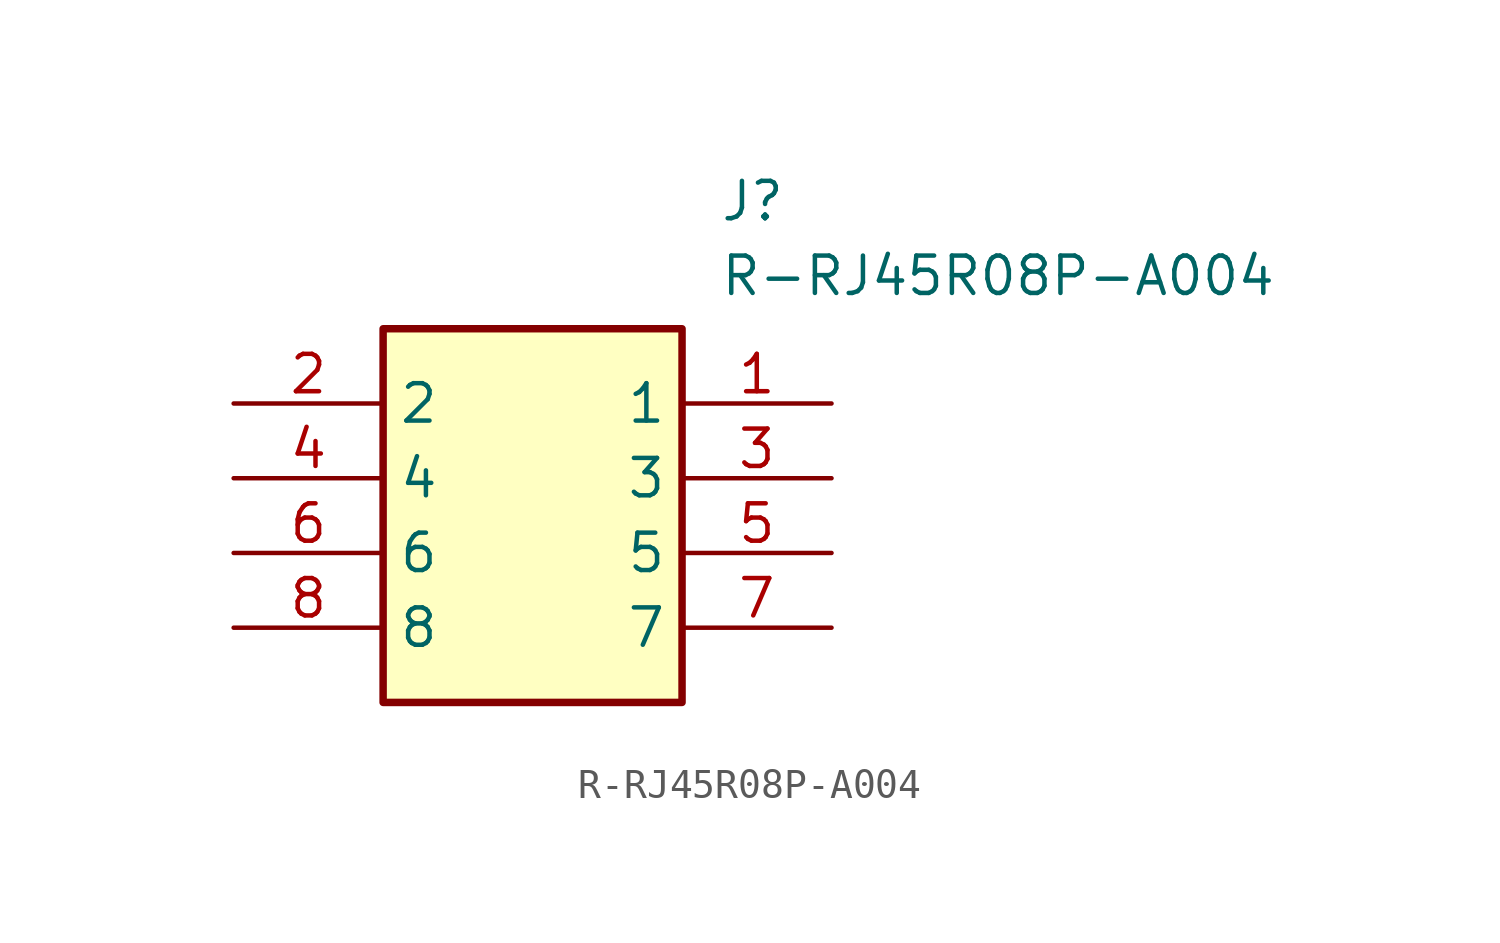
<source format=kicad_sym>
(kicad_symbol_lib
  (version 20211014)
  (generator SamacSys_ECAD_Model)
  (symbol "R-RJ45R08P-A004"
    (property "Reference" "J"
      (at 16.51 7.62 0)
      (effects (font (size 1.27 1.27)) (justify left top)))
    (property "Value" "R-RJ45R08P-A004"
      (at 16.51 5.08 0)
      (effects (font (size 1.27 1.27)) (justify left top)))
    (rectangle
      (start 5.08 2.54)
      (end 15.24 -10.16)
      (stroke (width 0.254) (type default))
      (fill (type background)))
    (pin passive line
      (at 20.32 0 180)
      (length 5.08)
      (name "1" (effects (font (size 1.27 1.27))))
      (number "1" (effects (font (size 1.27 1.27)))))
    (pin passive line
      (at 0 0 0)
      (length 5.08)
      (name "2" (effects (font (size 1.27 1.27))))
      (number "2" (effects (font (size 1.27 1.27)))))
    (pin passive line
      (at 20.32 -2.54 180)
      (length 5.08)
      (name "3" (effects (font (size 1.27 1.27))))
      (number "3" (effects (font (size 1.27 1.27)))))
    (pin passive line
      (at 0 -2.54 0)
      (length 5.08)
      (name "4" (effects (font (size 1.27 1.27))))
      (number "4" (effects (font (size 1.27 1.27)))))
    (pin passive line
      (at 20.32 -5.08 180)
      (length 5.08)
      (name "5" (effects (font (size 1.27 1.27))))
      (number "5" (effects (font (size 1.27 1.27)))))
    (pin passive line
      (at 0 -5.08 0)
      (length 5.08)
      (name "6" (effects (font (size 1.27 1.27))))
      (number "6" (effects (font (size 1.27 1.27)))))
    (pin passive line
      (at 20.32 -7.62 180)
      (length 5.08)
      (name "7" (effects (font (size 1.27 1.27))))
      (number "7" (effects (font (size 1.27 1.27)))))
    (pin passive line
      (at 0 -7.62 0)
      (length 5.08)
      (name "8" (effects (font (size 1.27 1.27))))
      (number "8" (effects (font (size 1.27 1.27)))))))
</source>
